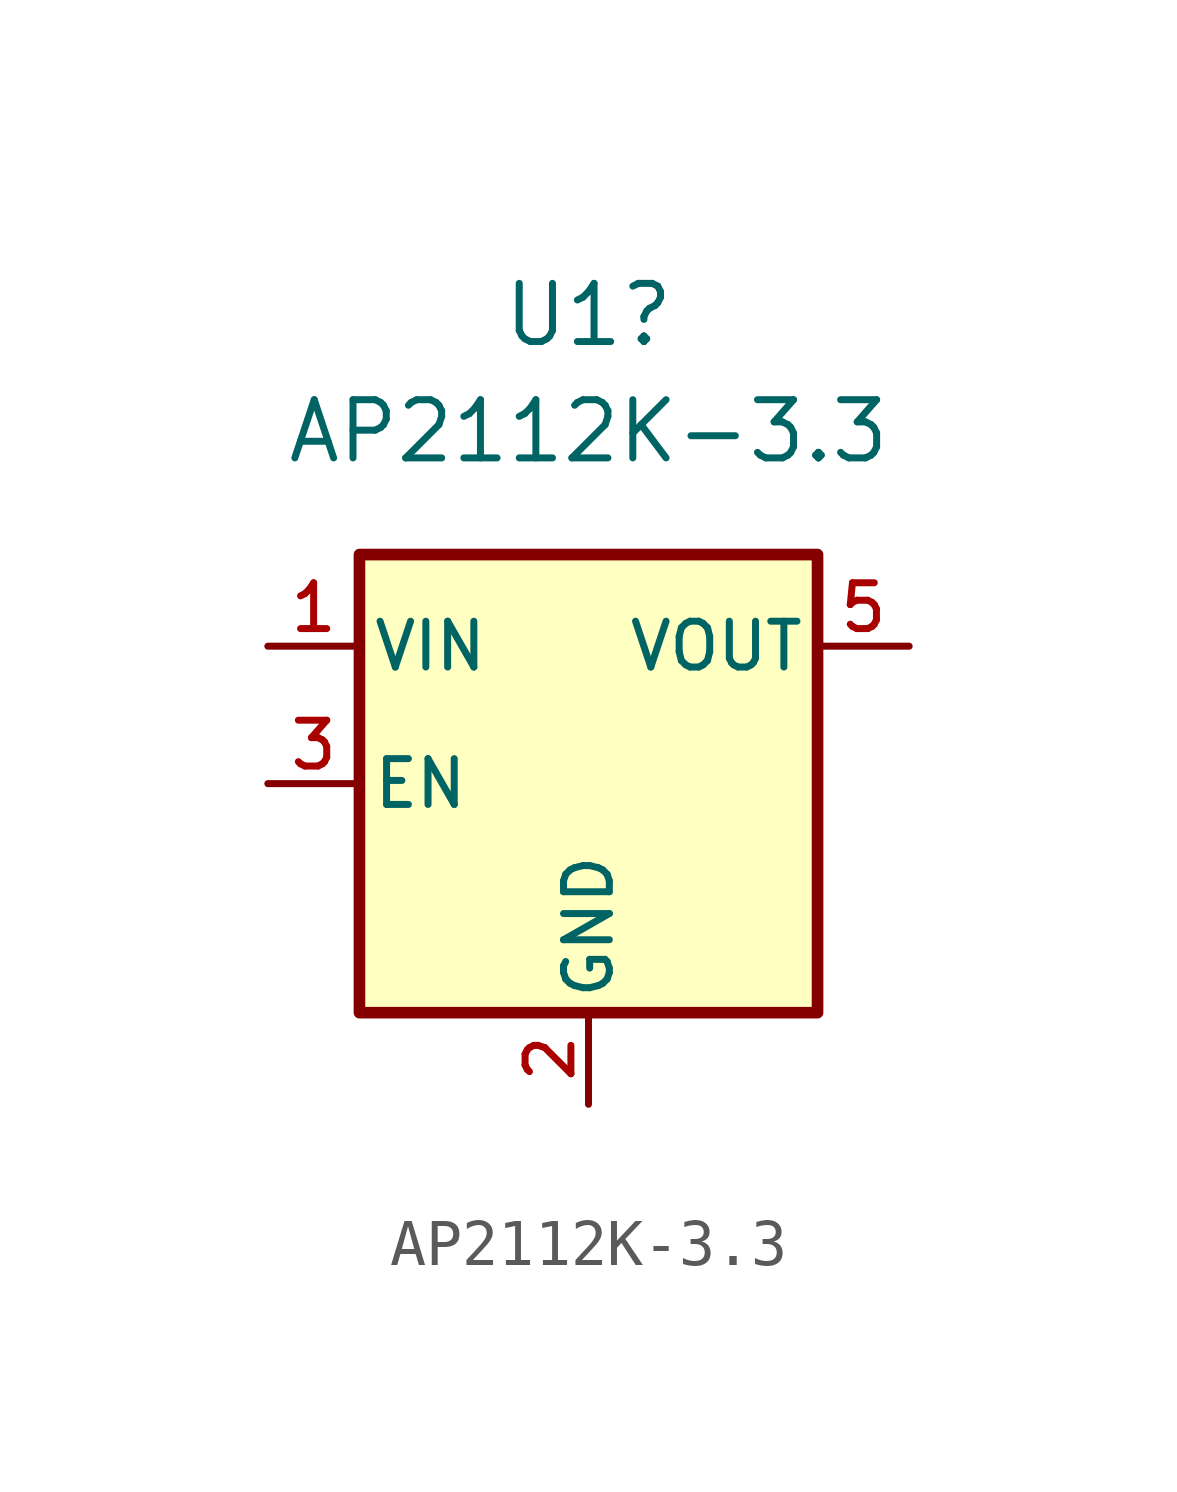
<source format=kicad_sym>
(kicad_symbol_lib
  (version 20220914)
  (generator kicad_symbol_editor)
  (symbol "AP2112K-3.3"
    (pin_names
      (offset 0.254))
    (property "Reference" "U1"
      (at 5 5.23 0)
      (effects (font (size 1.27 1.27))))
    (property "Value" "AP2112K-3.3"
      (at 5 2.69 0)
      (effects (font (size 1.27 1.27))))
    (symbol "AP2112K-3.3_0_1"
      (rectangle (start 0 0) (end 10 -10) (stroke (width 0.254) (type default)) (fill (type background))))
    (symbol "AP2112K-3.3_1_1"
      (pin power_in line (at -2 -2 0) (length 2) (name "VIN" (effects (font (size 1 1)))) (number "1" (effects (font (size 1 1)))))
      (pin power_in line (at 5 -12 90) (length 2) (name "GND" (effects (font (size 1 1)))) (number "2" (effects (font (size 1 1)))))
      (pin input line (at -2 -5 0) (length 2) (name "EN" (effects (font (size 1 1)))) (number "3" (effects (font (size 1 1)))))
      (pin no_connect line (at 12 -5 180) (length 2) hide (name "NC" (effects (font (size 1 1)))) (number "4" (effects (font (size 1 1)))))
      (pin power_out line (at 12 -2 180) (length 2) (name "VOUT" (effects (font (size 1 1)))) (number "5" (effects (font (size 1 1))))))))
</source>
